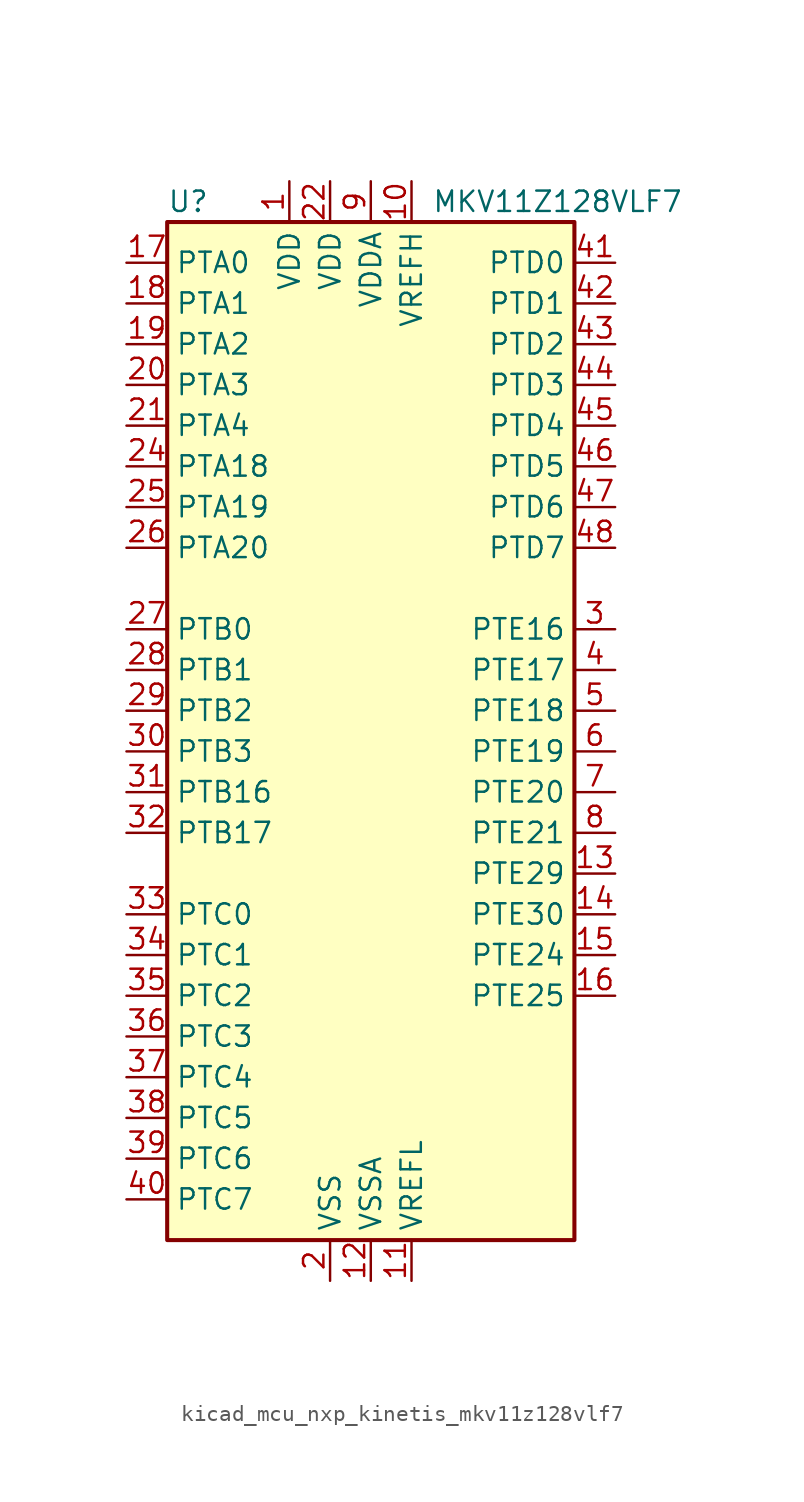
<source format=kicad_sym>
(kicad_symbol_lib
  (version 20220914)
  (generator kicad_symbol_editor)
  (symbol "kicad_mcu_nxp_kinetis_mkv11z128vlf7"
    (property "Reference" "U"
      (at -12.7 34.29 0)
      (effects (font (size 1.27 1.27)) (justify left)))
    (property "Value" "MKV11Z128VLF7"
      (at 3.81 34.29 0)
      (effects (font (size 1.27 1.27)) (justify left)))
    (symbol "kicad_mcu_nxp_kinetis_mkv11z128vlf7_0_1"
      (rectangle (start -12.7 33.02) (end 12.7 -30.48) (stroke (width 0.254) (type default)) (fill (type background))))
    (symbol "kicad_mcu_nxp_kinetis_mkv11z128vlf7_1_1"
      (pin power_in line (at -5.08 35.56 270) (length 2.54) (name "VDD" (effects (font (size 1.27 1.27)))) (number "1" (effects (font (size 1.27 1.27)))))
      (pin power_in line (at 2.54 35.56 270) (length 2.54) (name "VREFH" (effects (font (size 1.27 1.27)))) (number "10" (effects (font (size 1.27 1.27)))))
      (pin power_in line (at 2.54 -33.02 90) (length 2.54) (name "VREFL" (effects (font (size 1.27 1.27)))) (number "11" (effects (font (size 1.27 1.27)))))
      (pin power_in line (at 0 -33.02 90) (length 2.54) (name "VSSA" (effects (font (size 1.27 1.27)))) (number "12" (effects (font (size 1.27 1.27)))))
      (pin bidirectional line (at 15.24 -7.62 180) (length 2.54) (name "PTE29" (effects (font (size 1.27 1.27)))) (number "13" (effects (font (size 1.27 1.27)))))
      (pin bidirectional line (at 15.24 -10.16 180) (length 2.54) (name "PTE30" (effects (font (size 1.27 1.27)))) (number "14" (effects (font (size 1.27 1.27)))))
      (pin bidirectional line (at 15.24 -12.7 180) (length 2.54) (name "PTE24" (effects (font (size 1.27 1.27)))) (number "15" (effects (font (size 1.27 1.27)))))
      (pin bidirectional line (at 15.24 -15.24 180) (length 2.54) (name "PTE25" (effects (font (size 1.27 1.27)))) (number "16" (effects (font (size 1.27 1.27)))))
      (pin bidirectional line (at -15.24 30.48 0) (length 2.54) (name "PTA0" (effects (font (size 1.27 1.27)))) (number "17" (effects (font (size 1.27 1.27)))))
      (pin bidirectional line (at -15.24 27.94 0) (length 2.54) (name "PTA1" (effects (font (size 1.27 1.27)))) (number "18" (effects (font (size 1.27 1.27)))))
      (pin bidirectional line (at -15.24 25.4 0) (length 2.54) (name "PTA2" (effects (font (size 1.27 1.27)))) (number "19" (effects (font (size 1.27 1.27)))))
      (pin power_in line (at -2.54 -33.02 90) (length 2.54) (name "VSS" (effects (font (size 1.27 1.27)))) (number "2" (effects (font (size 1.27 1.27)))))
      (pin bidirectional line (at -15.24 22.86 0) (length 2.54) (name "PTA3" (effects (font (size 1.27 1.27)))) (number "20" (effects (font (size 1.27 1.27)))))
      (pin bidirectional line (at -15.24 20.32 0) (length 2.54) (name "PTA4" (effects (font (size 1.27 1.27)))) (number "21" (effects (font (size 1.27 1.27)))))
      (pin power_in line (at -2.54 35.56 270) (length 2.54) (name "VDD" (effects (font (size 1.27 1.27)))) (number "22" (effects (font (size 1.27 1.27)))))
      (pin passive line (at -2.54 -33.02 90) (length 2.54) hide (name "VSS" (effects (font (size 1.27 1.27)))) (number "23" (effects (font (size 1.27 1.27)))))
      (pin bidirectional line (at -15.24 17.78 0) (length 2.54) (name "PTA18" (effects (font (size 1.27 1.27)))) (number "24" (effects (font (size 1.27 1.27)))))
      (pin bidirectional line (at -15.24 15.24 0) (length 2.54) (name "PTA19" (effects (font (size 1.27 1.27)))) (number "25" (effects (font (size 1.27 1.27)))))
      (pin bidirectional line (at -15.24 12.7 0) (length 2.54) (name "PTA20" (effects (font (size 1.27 1.27)))) (number "26" (effects (font (size 1.27 1.27)))))
      (pin bidirectional line (at -15.24 7.62 0) (length 2.54) (name "PTB0" (effects (font (size 1.27 1.27)))) (number "27" (effects (font (size 1.27 1.27)))))
      (pin bidirectional line (at -15.24 5.08 0) (length 2.54) (name "PTB1" (effects (font (size 1.27 1.27)))) (number "28" (effects (font (size 1.27 1.27)))))
      (pin bidirectional line (at -15.24 2.54 0) (length 2.54) (name "PTB2" (effects (font (size 1.27 1.27)))) (number "29" (effects (font (size 1.27 1.27)))))
      (pin bidirectional line (at 15.24 7.62 180) (length 2.54) (name "PTE16" (effects (font (size 1.27 1.27)))) (number "3" (effects (font (size 1.27 1.27)))))
      (pin bidirectional line (at -15.24 0 0) (length 2.54) (name "PTB3" (effects (font (size 1.27 1.27)))) (number "30" (effects (font (size 1.27 1.27)))))
      (pin bidirectional line (at -15.24 -2.54 0) (length 2.54) (name "PTB16" (effects (font (size 1.27 1.27)))) (number "31" (effects (font (size 1.27 1.27)))))
      (pin bidirectional line (at -15.24 -5.08 0) (length 2.54) (name "PTB17" (effects (font (size 1.27 1.27)))) (number "32" (effects (font (size 1.27 1.27)))))
      (pin bidirectional line (at -15.24 -10.16 0) (length 2.54) (name "PTC0" (effects (font (size 1.27 1.27)))) (number "33" (effects (font (size 1.27 1.27)))))
      (pin bidirectional line (at -15.24 -12.7 0) (length 2.54) (name "PTC1" (effects (font (size 1.27 1.27)))) (number "34" (effects (font (size 1.27 1.27)))))
      (pin bidirectional line (at -15.24 -15.24 0) (length 2.54) (name "PTC2" (effects (font (size 1.27 1.27)))) (number "35" (effects (font (size 1.27 1.27)))))
      (pin bidirectional line (at -15.24 -17.78 0) (length 2.54) (name "PTC3" (effects (font (size 1.27 1.27)))) (number "36" (effects (font (size 1.27 1.27)))))
      (pin bidirectional line (at -15.24 -20.32 0) (length 2.54) (name "PTC4" (effects (font (size 1.27 1.27)))) (number "37" (effects (font (size 1.27 1.27)))))
      (pin bidirectional line (at -15.24 -22.86 0) (length 2.54) (name "PTC5" (effects (font (size 1.27 1.27)))) (number "38" (effects (font (size 1.27 1.27)))))
      (pin bidirectional line (at -15.24 -25.4 0) (length 2.54) (name "PTC6" (effects (font (size 1.27 1.27)))) (number "39" (effects (font (size 1.27 1.27)))))
      (pin bidirectional line (at 15.24 5.08 180) (length 2.54) (name "PTE17" (effects (font (size 1.27 1.27)))) (number "4" (effects (font (size 1.27 1.27)))))
      (pin bidirectional line (at -15.24 -27.94 0) (length 2.54) (name "PTC7" (effects (font (size 1.27 1.27)))) (number "40" (effects (font (size 1.27 1.27)))))
      (pin bidirectional line (at 15.24 30.48 180) (length 2.54) (name "PTD0" (effects (font (size 1.27 1.27)))) (number "41" (effects (font (size 1.27 1.27)))))
      (pin bidirectional line (at 15.24 27.94 180) (length 2.54) (name "PTD1" (effects (font (size 1.27 1.27)))) (number "42" (effects (font (size 1.27 1.27)))))
      (pin bidirectional line (at 15.24 25.4 180) (length 2.54) (name "PTD2" (effects (font (size 1.27 1.27)))) (number "43" (effects (font (size 1.27 1.27)))))
      (pin bidirectional line (at 15.24 22.86 180) (length 2.54) (name "PTD3" (effects (font (size 1.27 1.27)))) (number "44" (effects (font (size 1.27 1.27)))))
      (pin bidirectional line (at 15.24 20.32 180) (length 2.54) (name "PTD4" (effects (font (size 1.27 1.27)))) (number "45" (effects (font (size 1.27 1.27)))))
      (pin bidirectional line (at 15.24 17.78 180) (length 2.54) (name "PTD5" (effects (font (size 1.27 1.27)))) (number "46" (effects (font (size 1.27 1.27)))))
      (pin bidirectional line (at 15.24 15.24 180) (length 2.54) (name "PTD6" (effects (font (size 1.27 1.27)))) (number "47" (effects (font (size 1.27 1.27)))))
      (pin bidirectional line (at 15.24 12.7 180) (length 2.54) (name "PTD7" (effects (font (size 1.27 1.27)))) (number "48" (effects (font (size 1.27 1.27)))))
      (pin bidirectional line (at 15.24 2.54 180) (length 2.54) (name "PTE18" (effects (font (size 1.27 1.27)))) (number "5" (effects (font (size 1.27 1.27)))))
      (pin bidirectional line (at 15.24 0 180) (length 2.54) (name "PTE19" (effects (font (size 1.27 1.27)))) (number "6" (effects (font (size 1.27 1.27)))))
      (pin bidirectional line (at 15.24 -2.54 180) (length 2.54) (name "PTE20" (effects (font (size 1.27 1.27)))) (number "7" (effects (font (size 1.27 1.27)))))
      (pin bidirectional line (at 15.24 -5.08 180) (length 2.54) (name "PTE21" (effects (font (size 1.27 1.27)))) (number "8" (effects (font (size 1.27 1.27)))))
      (pin power_in line (at 0 35.56 270) (length 2.54) (name "VDDA" (effects (font (size 1.27 1.27)))) (number "9" (effects (font (size 1.27 1.27))))))))
</source>
